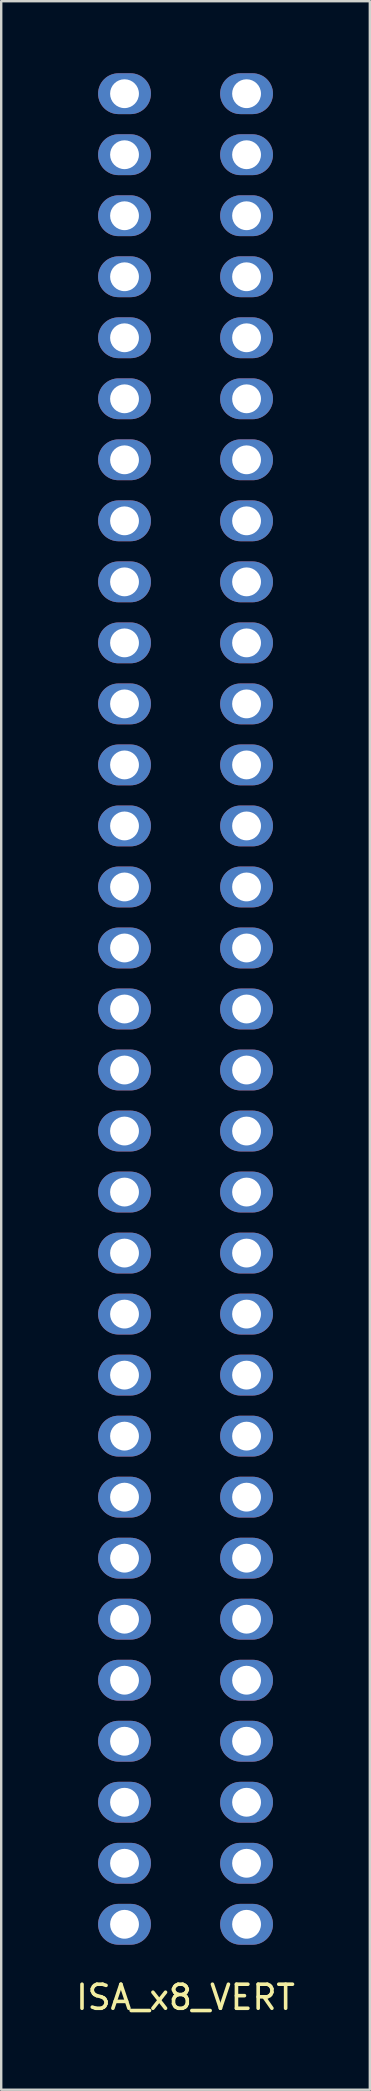
<source format=kicad_pcb>
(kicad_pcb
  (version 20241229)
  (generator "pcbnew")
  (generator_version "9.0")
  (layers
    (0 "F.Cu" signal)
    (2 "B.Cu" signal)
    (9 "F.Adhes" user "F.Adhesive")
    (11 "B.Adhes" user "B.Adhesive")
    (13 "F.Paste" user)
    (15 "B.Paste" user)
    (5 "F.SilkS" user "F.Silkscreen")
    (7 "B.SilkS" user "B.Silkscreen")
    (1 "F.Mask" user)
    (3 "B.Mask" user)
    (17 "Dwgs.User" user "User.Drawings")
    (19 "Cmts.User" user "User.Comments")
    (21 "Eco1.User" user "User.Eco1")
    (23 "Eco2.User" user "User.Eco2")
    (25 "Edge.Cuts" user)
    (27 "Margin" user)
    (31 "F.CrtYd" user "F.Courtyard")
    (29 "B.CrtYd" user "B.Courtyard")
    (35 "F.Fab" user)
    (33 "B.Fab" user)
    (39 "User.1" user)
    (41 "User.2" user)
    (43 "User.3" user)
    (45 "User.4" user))
  (footprint "ISA_x8_VERT"
    (layer "F.Cu")
    (at 4.673 36.41)
    (property "Reference" "ISA_x8_VERT" (at 0 43.68 0) (layer "F.SilkS") (effects (font (size 1 1) (thickness 0.15))))
    (attr through_hole)
    (pad "A1" thru_hole oval (at 2.54 -35.56) (size 2.2 1.7) (drill 1.2) (layers "*.Cu" "*.Mask"))
    (pad "A2" thru_hole oval (at 2.54 -33.02) (size 2.2 1.7) (drill 1.2) (layers "*.Cu" "*.Mask"))
    (pad "A3" thru_hole oval (at 2.54 -30.48) (size 2.2 1.7) (drill 1.2) (layers "*.Cu" "*.Mask"))
    (pad "A4" thru_hole oval (at 2.54 -27.94) (size 2.2 1.7) (drill 1.2) (layers "*.Cu" "*.Mask"))
    (pad "A5" thru_hole oval (at 2.54 -25.4) (size 2.2 1.7) (drill 1.2) (layers "*.Cu" "*.Mask"))
    (pad "A6" thru_hole oval (at 2.54 -22.86) (size 2.2 1.7) (drill 1.2) (layers "*.Cu" "*.Mask"))
    (pad "A7" thru_hole oval (at 2.54 -20.32) (size 2.2 1.7) (drill 1.2) (layers "*.Cu" "*.Mask"))
    (pad "A8" thru_hole oval (at 2.54 -17.78) (size 2.2 1.7) (drill 1.2) (layers "*.Cu" "*.Mask"))
    (pad "A9" thru_hole oval (at 2.54 -15.24) (size 2.2 1.7) (drill 1.2) (layers "*.Cu" "*.Mask"))
    (pad "A10" thru_hole oval (at 2.54 -12.7) (size 2.2 1.7) (drill 1.2) (layers "*.Cu" "*.Mask"))
    (pad "A11" thru_hole oval (at 2.54 -10.16) (size 2.2 1.7) (drill 1.2) (layers "*.Cu" "*.Mask"))
    (pad "A12" thru_hole oval (at 2.54 -7.62) (size 2.2 1.7) (drill 1.2) (layers "*.Cu" "*.Mask"))
    (pad "A13" thru_hole oval (at 2.54 -5.08) (size 2.2 1.7) (drill 1.2) (layers "*.Cu" "*.Mask"))
    (pad "A14" thru_hole oval (at 2.54 -2.54) (size 2.2 1.7) (drill 1.2) (layers "*.Cu" "*.Mask"))
    (pad "A15" thru_hole oval (at 2.54 0) (size 2.2 1.7) (drill 1.2) (layers "*.Cu" "*.Mask"))
    (pad "A16" thru_hole oval (at 2.54 2.54) (size 2.2 1.7) (drill 1.2) (layers "*.Cu" "*.Mask"))
    (pad "A17" thru_hole oval (at 2.54 5.08) (size 2.2 1.7) (drill 1.2) (layers "*.Cu" "*.Mask"))
    (pad "A18" thru_hole oval (at 2.54 7.62) (size 2.2 1.7) (drill 1.2) (layers "*.Cu" "*.Mask"))
    (pad "A19" thru_hole oval (at 2.54 10.16) (size 2.2 1.7) (drill 1.2) (layers "*.Cu" "*.Mask"))
    (pad "A20" thru_hole oval (at 2.54 12.7) (size 2.2 1.7) (drill 1.2) (layers "*.Cu" "*.Mask"))
    (pad "A21" thru_hole oval (at 2.54 15.24) (size 2.2 1.7) (drill 1.2) (layers "*.Cu" "*.Mask"))
    (pad "A22" thru_hole oval (at 2.54 17.78) (size 2.2 1.7) (drill 1.2) (layers "*.Cu" "*.Mask"))
    (pad "A23" thru_hole oval (at 2.54 20.32) (size 2.2 1.7) (drill 1.2) (layers "*.Cu" "*.Mask"))
    (pad "A24" thru_hole oval (at 2.54 22.86) (size 2.2 1.7) (drill 1.2) (layers "*.Cu" "*.Mask"))
    (pad "A25" thru_hole oval (at 2.54 25.4) (size 2.2 1.7) (drill 1.2) (layers "*.Cu" "*.Mask"))
    (pad "A26" thru_hole oval (at 2.54 27.94) (size 2.2 1.7) (drill 1.2) (layers "*.Cu" "*.Mask"))
    (pad "A27" thru_hole oval (at 2.54 30.48) (size 2.2 1.7) (drill 1.2) (layers "*.Cu" "*.Mask"))
    (pad "A28" thru_hole oval (at 2.54 33.02) (size 2.2 1.7) (drill 1.2) (layers "*.Cu" "*.Mask"))
    (pad "A29" thru_hole oval (at 2.54 35.56) (size 2.2 1.7) (drill 1.2) (layers "*.Cu" "*.Mask"))
    (pad "A30" thru_hole oval (at 2.54 38.1) (size 2.2 1.7) (drill 1.2) (layers "*.Cu" "*.Mask"))
    (pad "A31" thru_hole oval (at 2.54 40.64) (size 2.2 1.7) (drill 1.2) (layers "*.Cu" "*.Mask"))
    (pad "B1" thru_hole oval (at -2.54 -35.56) (size 2.2 1.7) (drill 1.2) (layers "*.Cu" "*.Mask"))
    (pad "B2" thru_hole oval (at -2.54 -33.02) (size 2.2 1.7) (drill 1.2) (layers "*.Cu" "*.Mask"))
    (pad "B3" thru_hole oval (at -2.54 -30.48) (size 2.2 1.7) (drill 1.2) (layers "*.Cu" "*.Mask"))
    (pad "B4" thru_hole oval (at -2.54 -27.94) (size 2.2 1.7) (drill 1.2) (layers "*.Cu" "*.Mask"))
    (pad "B5" thru_hole oval (at -2.54 -25.4) (size 2.2 1.7) (drill 1.2) (layers "*.Cu" "*.Mask"))
    (pad "B6" thru_hole oval (at -2.54 -22.86) (size 2.2 1.7) (drill 1.2) (layers "*.Cu" "*.Mask"))
    (pad "B7" thru_hole oval (at -2.54 -20.32) (size 2.2 1.7) (drill 1.2) (layers "*.Cu" "*.Mask"))
    (pad "B8" thru_hole oval (at -2.54 -17.78) (size 2.2 1.7) (drill 1.2) (layers "*.Cu" "*.Mask"))
    (pad "B9" thru_hole oval (at -2.54 -15.24) (size 2.2 1.7) (drill 1.2) (layers "*.Cu" "*.Mask"))
    (pad "B10" thru_hole oval (at -2.54 -12.7) (size 2.2 1.7) (drill 1.2) (layers "*.Cu" "*.Mask"))
    (pad "B11" thru_hole oval (at -2.54 -10.16) (size 2.2 1.7) (drill 1.2) (layers "*.Cu" "*.Mask"))
    (pad "B12" thru_hole oval (at -2.54 -7.62) (size 2.2 1.7) (drill 1.2) (layers "*.Cu" "*.Mask"))
    (pad "B13" thru_hole oval (at -2.54 -5.08) (size 2.2 1.7) (drill 1.2) (layers "*.Cu" "*.Mask"))
    (pad "B14" thru_hole oval (at -2.54 -2.54) (size 2.2 1.7) (drill 1.2) (layers "*.Cu" "*.Mask"))
    (pad "B15" thru_hole oval (at -2.54 0) (size 2.2 1.7) (drill 1.2) (layers "*.Cu" "*.Mask"))
    (pad "B16" thru_hole oval (at -2.54 2.54) (size 2.2 1.7) (drill 1.2) (layers "*.Cu" "*.Mask"))
    (pad "B17" thru_hole oval (at -2.54 5.08) (size 2.2 1.7) (drill 1.2) (layers "*.Cu" "*.Mask"))
    (pad "B18" thru_hole oval (at -2.54 7.62) (size 2.2 1.7) (drill 1.2) (layers "*.Cu" "*.Mask"))
    (pad "B19" thru_hole oval (at -2.54 10.16) (size 2.2 1.7) (drill 1.2) (layers "*.Cu" "*.Mask"))
    (pad "B20" thru_hole oval (at -2.54 12.7) (size 2.2 1.7) (drill 1.2) (layers "*.Cu" "*.Mask"))
    (pad "B21" thru_hole oval (at -2.54 15.24) (size 2.2 1.7) (drill 1.2) (layers "*.Cu" "*.Mask"))
    (pad "B22" thru_hole oval (at -2.54 17.78) (size 2.2 1.7) (drill 1.2) (layers "*.Cu" "*.Mask"))
    (pad "B23" thru_hole oval (at -2.54 20.32) (size 2.2 1.7) (drill 1.2) (layers "*.Cu" "*.Mask"))
    (pad "B24" thru_hole oval (at -2.54 22.86) (size 2.2 1.7) (drill 1.2) (layers "*.Cu" "*.Mask"))
    (pad "B25" thru_hole oval (at -2.54 25.4) (size 2.2 1.7) (drill 1.2) (layers "*.Cu" "*.Mask"))
    (pad "B26" thru_hole oval (at -2.54 27.94) (size 2.2 1.7) (drill 1.2) (layers "*.Cu" "*.Mask"))
    (pad "B27" thru_hole oval (at -2.54 30.48) (size 2.2 1.7) (drill 1.2) (layers "*.Cu" "*.Mask"))
    (pad "B28" thru_hole oval (at -2.54 33.02) (size 2.2 1.7) (drill 1.2) (layers "*.Cu" "*.Mask"))
    (pad "B29" thru_hole oval (at -2.54 35.56) (size 2.2 1.7) (drill 1.2) (layers "*.Cu" "*.Mask"))
    (pad "B30" thru_hole oval (at -2.54 38.1) (size 2.2 1.7) (drill 1.2) (layers "*.Cu" "*.Mask"))
    (pad "B31" thru_hole oval (at -2.54 40.64) (size 2.2 1.7) (drill 1.2) (layers "*.Cu" "*.Mask")))
  (gr_rect
    (start -3 -3)
    (end 12.345 83.938)
    (stroke (width 0.1) (type default))
    (fill no)
    (layer "Edge.Cuts")))
</source>
